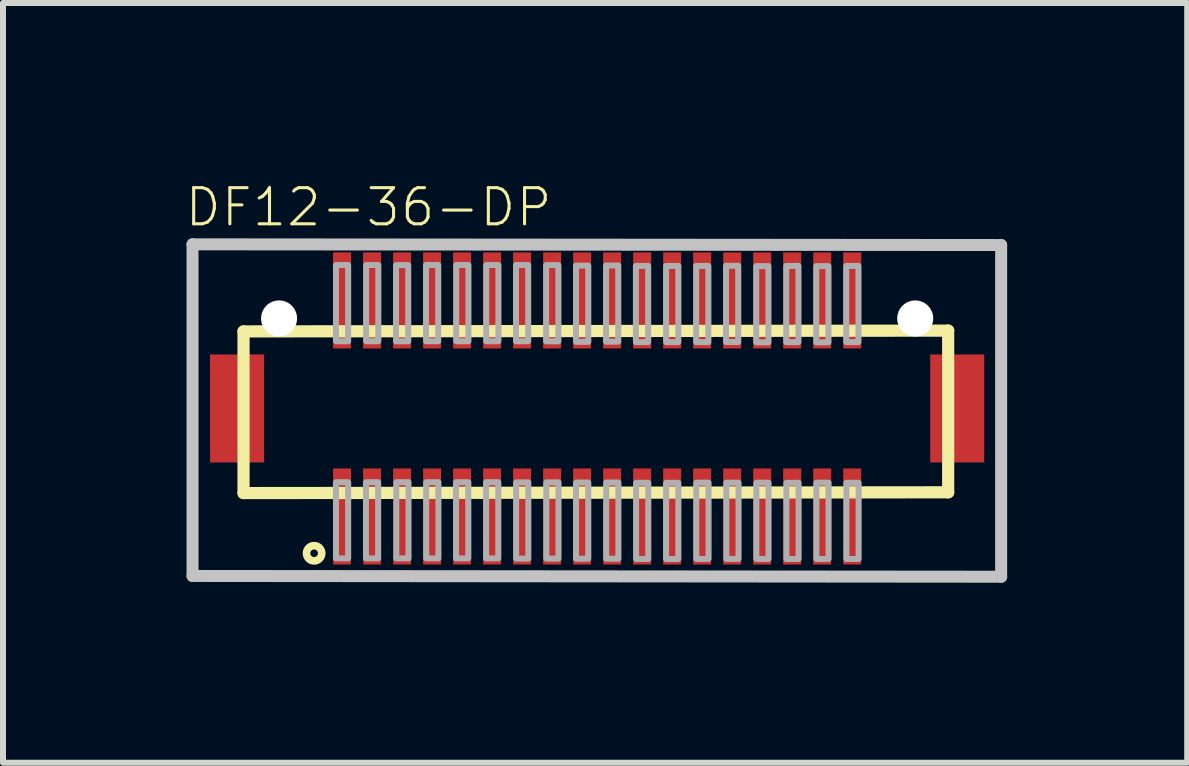
<source format=kicad_pcb>
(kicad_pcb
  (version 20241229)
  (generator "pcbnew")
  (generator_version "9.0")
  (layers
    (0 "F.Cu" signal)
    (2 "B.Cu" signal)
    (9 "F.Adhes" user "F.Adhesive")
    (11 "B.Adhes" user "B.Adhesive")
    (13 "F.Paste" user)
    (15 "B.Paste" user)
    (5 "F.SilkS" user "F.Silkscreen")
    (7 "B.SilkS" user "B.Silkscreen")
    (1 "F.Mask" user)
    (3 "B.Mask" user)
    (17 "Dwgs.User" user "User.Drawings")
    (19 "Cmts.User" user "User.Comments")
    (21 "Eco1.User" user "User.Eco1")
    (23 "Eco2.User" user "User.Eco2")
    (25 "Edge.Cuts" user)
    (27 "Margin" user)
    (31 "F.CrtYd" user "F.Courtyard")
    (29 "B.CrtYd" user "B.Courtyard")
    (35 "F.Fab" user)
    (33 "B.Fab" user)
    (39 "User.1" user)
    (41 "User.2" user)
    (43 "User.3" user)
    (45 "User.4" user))
  (footprint "DF12-36-DP"
    (layer "F.Cu")
    (at 6.9 3.756)
    (property "Reference" "DF12-36-DP" (at -6.9 -3 0) (layer "F.SilkS") (effects (font (size 0.603 0.603) (thickness 0.051)) (justify left bottom)))
    (attr through_hole)
    (fp_poly (pts (xy -6.063 -1.499) (xy -6.037 -1.301) (xy -5.961 -1.118) (xy -5.839 -0.96) (xy -5.682 -0.839) (xy -5.301 -0.737) (xy -5.103 -0.763) (xy -4.92 -0.839) (xy -4.762 -0.96) (xy -4.641 -1.118) (xy -4.565 -1.301) (xy -4.539 -1.499) (xy -4.565 -1.696) (xy -4.641 -1.88) (xy -4.762 -2.037) (xy -4.92 -2.159) (xy -5.103 -2.235) (xy -5.301 -2.261) (xy -5.498 -2.235) (xy -5.682 -2.159) (xy -5.839 -2.037) (xy -5.961 -1.88) (xy -6.037 -1.696)) (stroke (width 0) (type solid)) (fill yes) (layer "F.Mask"))
    (fp_poly (pts (xy 4.539 -1.499) (xy 4.565 -1.301) (xy 4.641 -1.118) (xy 4.762 -0.96) (xy 4.92 -0.839) (xy 5.301 -0.737) (xy 5.498 -0.763) (xy 5.682 -0.839) (xy 5.839 -0.96) (xy 5.961 -1.118) (xy 6.037 -1.301) (xy 6.063 -1.499) (xy 6.037 -1.696) (xy 5.961 -1.88) (xy 5.839 -2.037) (xy 5.682 -2.159) (xy 5.498 -2.235) (xy 5.301 -2.261) (xy 5.103 -2.235) (xy 4.92 -2.159) (xy 4.762 -2.037) (xy 4.641 -1.88) (xy 4.565 -1.696)) (stroke (width 0) (type solid)) (fill yes) (layer "F.Mask"))
    (fp_line (start -5.892 -1.284) (end 5.849 -1.297) (stroke (width 0.203) (type solid)) (layer "F.SilkS"))
    (fp_line (start -5.892 1.41) (end -5.892 -1.284) (stroke (width 0.203) (type solid)) (layer "F.SilkS"))
    (fp_line (start 5.849 -1.297) (end 5.849 1.397) (stroke (width 0.203) (type solid)) (layer "F.SilkS"))
    (fp_line (start 5.849 1.397) (end -5.892 1.41) (stroke (width 0.203) (type solid)) (layer "F.SilkS"))
    (fp_circle (center -4.716 2.413) (end -4.589 2.413) (stroke (width 0.127) (type solid)) (fill no) (layer "F.SilkS"))
    (fp_poly (pts (xy -4.362 -1.207) (xy -4.142 -1.207) (xy -4.142 -2.507) (xy -4.362 -2.507)) (stroke (width 0) (type solid)) (fill yes) (layer "F.Paste"))
    (fp_poly (pts (xy -4.362 2.503) (xy -4.142 2.503) (xy -4.142 1.203) (xy -4.362 1.203)) (stroke (width 0) (type solid)) (fill yes) (layer "F.Paste"))
    (fp_poly (pts (xy -3.862 -1.207) (xy -3.642 -1.207) (xy -3.642 -2.507) (xy -3.862 -2.507)) (stroke (width 0) (type solid)) (fill yes) (layer "F.Paste"))
    (fp_poly (pts (xy -3.862 2.503) (xy -3.642 2.503) (xy -3.642 1.203) (xy -3.862 1.203)) (stroke (width 0) (type solid)) (fill yes) (layer "F.Paste"))
    (fp_poly (pts (xy -3.362 -1.207) (xy -3.142 -1.207) (xy -3.142 -2.507) (xy -3.362 -2.507)) (stroke (width 0) (type solid)) (fill yes) (layer "F.Paste"))
    (fp_poly (pts (xy -3.362 2.503) (xy -3.142 2.503) (xy -3.142 1.203) (xy -3.362 1.203)) (stroke (width 0) (type solid)) (fill yes) (layer "F.Paste"))
    (fp_poly (pts (xy -2.862 -1.207) (xy -2.642 -1.207) (xy -2.642 -2.507) (xy -2.862 -2.507)) (stroke (width 0) (type solid)) (fill yes) (layer "F.Paste"))
    (fp_poly (pts (xy -2.862 2.503) (xy -2.642 2.503) (xy -2.642 1.203) (xy -2.862 1.203)) (stroke (width 0) (type solid)) (fill yes) (layer "F.Paste"))
    (fp_poly (pts (xy -2.362 -1.207) (xy -2.142 -1.207) (xy -2.142 -2.507) (xy -2.362 -2.507)) (stroke (width 0) (type solid)) (fill yes) (layer "F.Paste"))
    (fp_poly (pts (xy -2.362 2.503) (xy -2.142 2.503) (xy -2.142 1.203) (xy -2.362 1.203)) (stroke (width 0) (type solid)) (fill yes) (layer "F.Paste"))
    (fp_poly (pts (xy -1.862 -1.207) (xy -1.642 -1.207) (xy -1.642 -2.507) (xy -1.862 -2.507)) (stroke (width 0) (type solid)) (fill yes) (layer "F.Paste"))
    (fp_poly (pts (xy -1.862 2.503) (xy -1.642 2.503) (xy -1.642 1.203) (xy -1.862 1.203)) (stroke (width 0) (type solid)) (fill yes) (layer "F.Paste"))
    (fp_poly (pts (xy -1.362 -1.207) (xy -1.142 -1.207) (xy -1.142 -2.507) (xy -1.362 -2.507)) (stroke (width 0) (type solid)) (fill yes) (layer "F.Paste"))
    (fp_poly (pts (xy -1.362 2.503) (xy -1.142 2.503) (xy -1.142 1.203) (xy -1.362 1.203)) (stroke (width 0) (type solid)) (fill yes) (layer "F.Paste"))
    (fp_poly (pts (xy -0.862 -1.207) (xy -0.642 -1.207) (xy -0.642 -2.507) (xy -0.862 -2.507)) (stroke (width 0) (type solid)) (fill yes) (layer "F.Paste"))
    (fp_poly (pts (xy -0.862 2.503) (xy -0.642 2.503) (xy -0.642 1.203) (xy -0.862 1.203)) (stroke (width 0) (type solid)) (fill yes) (layer "F.Paste"))
    (fp_poly (pts (xy -0.362 -1.207) (xy -0.142 -1.207) (xy -0.142 -2.507) (xy -0.362 -2.507)) (stroke (width 0) (type solid)) (fill yes) (layer "F.Paste"))
    (fp_poly (pts (xy -0.362 2.503) (xy -0.142 2.503) (xy -0.142 1.203) (xy -0.362 1.203)) (stroke (width 0) (type solid)) (fill yes) (layer "F.Paste"))
    (fp_poly (pts (xy 0.138 -1.207) (xy 0.358 -1.207) (xy 0.358 -2.507) (xy 0.138 -2.507)) (stroke (width 0) (type solid)) (fill yes) (layer "F.Paste"))
    (fp_poly (pts (xy 0.148 2.503) (xy 0.368 2.503) (xy 0.368 1.203) (xy 0.148 1.203)) (stroke (width 0) (type solid)) (fill yes) (layer "F.Paste"))
    (fp_poly (pts (xy 0.638 -1.207) (xy 0.858 -1.207) (xy 0.858 -2.507) (xy 0.638 -2.507)) (stroke (width 0) (type solid)) (fill yes) (layer "F.Paste"))
    (fp_poly (pts (xy 0.638 2.503) (xy 0.858 2.503) (xy 0.858 1.203) (xy 0.638 1.203)) (stroke (width 0) (type solid)) (fill yes) (layer "F.Paste"))
    (fp_poly (pts (xy 1.138 -1.207) (xy 1.358 -1.207) (xy 1.358 -2.507) (xy 1.138 -2.507)) (stroke (width 0) (type solid)) (fill yes) (layer "F.Paste"))
    (fp_poly (pts (xy 1.138 2.503) (xy 1.358 2.503) (xy 1.358 1.203) (xy 1.138 1.203)) (stroke (width 0) (type solid)) (fill yes) (layer "F.Paste"))
    (fp_poly (pts (xy 1.638 -1.207) (xy 1.858 -1.207) (xy 1.858 -2.507) (xy 1.638 -2.507)) (stroke (width 0) (type solid)) (fill yes) (layer "F.Paste"))
    (fp_poly (pts (xy 1.638 2.503) (xy 1.858 2.503) (xy 1.858 1.203) (xy 1.638 1.203)) (stroke (width 0) (type solid)) (fill yes) (layer "F.Paste"))
    (fp_poly (pts (xy 2.138 -1.207) (xy 2.358 -1.207) (xy 2.358 -2.507) (xy 2.138 -2.507)) (stroke (width 0) (type solid)) (fill yes) (layer "F.Paste"))
    (fp_poly (pts (xy 2.138 2.503) (xy 2.358 2.503) (xy 2.358 1.203) (xy 2.138 1.203)) (stroke (width 0) (type solid)) (fill yes) (layer "F.Paste"))
    (fp_poly (pts (xy 2.638 2.503) (xy 2.858 2.503) (xy 2.858 1.203) (xy 2.638 1.203)) (stroke (width 0) (type solid)) (fill yes) (layer "F.Paste"))
    (fp_poly (pts (xy 2.648 -1.207) (xy 2.868 -1.207) (xy 2.868 -2.507) (xy 2.648 -2.507)) (stroke (width 0) (type solid)) (fill yes) (layer "F.Paste"))
    (fp_poly (pts (xy 3.138 -1.207) (xy 3.358 -1.207) (xy 3.358 -2.507) (xy 3.138 -2.507)) (stroke (width 0) (type solid)) (fill yes) (layer "F.Paste"))
    (fp_poly (pts (xy 3.138 2.503) (xy 3.358 2.503) (xy 3.358 1.203) (xy 3.138 1.203)) (stroke (width 0) (type solid)) (fill yes) (layer "F.Paste"))
    (fp_poly (pts (xy 3.638 2.503) (xy 3.858 2.503) (xy 3.858 1.203) (xy 3.638 1.203)) (stroke (width 0) (type solid)) (fill yes) (layer "F.Paste"))
    (fp_poly (pts (xy 3.648 -1.207) (xy 3.868 -1.207) (xy 3.868 -2.507) (xy 3.648 -2.507)) (stroke (width 0) (type solid)) (fill yes) (layer "F.Paste"))
    (fp_poly (pts (xy 4.138 -1.207) (xy 4.358 -1.207) (xy 4.358 -2.507) (xy 4.138 -2.507)) (stroke (width 0) (type solid)) (fill yes) (layer "F.Paste"))
    (fp_poly (pts (xy 4.138 2.503) (xy 4.358 2.503) (xy 4.358 1.203) (xy 4.138 1.203)) (stroke (width 0) (type solid)) (fill yes) (layer "F.Paste"))
    (fp_line (start -6.742 -2.735) (end 6.732 -2.723) (stroke (width 0.2) (type solid)) (layer "Dwgs.User"))
    (fp_line (start -6.742 2.791) (end -6.742 -2.735) (stroke (width 0.2) (type solid)) (layer "Dwgs.User"))
    (fp_line (start 6.732 -2.723) (end 6.732 2.804) (stroke (width 0.2) (type solid)) (layer "Dwgs.User"))
    (fp_line (start 6.732 2.804) (end -6.742 2.791) (stroke (width 0.2) (type solid)) (layer "Dwgs.User"))
    (fp_poly (pts (xy -4.149 -1.12) (xy -4.149 -2.39) (xy -4.352 -2.39) (xy -4.352 -1.12)) (stroke (width 0.1) (type solid)) (fill no) (layer "F.Fab"))
    (fp_poly (pts (xy -4.149 2.499) (xy -4.149 1.229) (xy -4.352 1.229) (xy -4.352 2.499)) (stroke (width 0.1) (type solid)) (fill no) (layer "F.Fab"))
    (fp_poly (pts (xy -3.649 2.499) (xy -3.649 1.229) (xy -3.852 1.229) (xy -3.852 2.499)) (stroke (width 0.1) (type solid)) (fill no) (layer "F.Fab"))
    (fp_poly (pts (xy -3.646 -1.12) (xy -3.646 -2.39) (xy -3.849 -2.39) (xy -3.849 -1.12)) (stroke (width 0.1) (type solid)) (fill no) (layer "F.Fab"))
    (fp_poly (pts (xy -3.148 -1.118) (xy -3.148 -2.388) (xy -3.351 -2.388) (xy -3.351 -1.118)) (stroke (width 0.1) (type solid)) (fill no) (layer "F.Fab"))
    (fp_poly (pts (xy -3.143 2.499) (xy -3.143 1.229) (xy -3.346 1.229) (xy -3.346 2.499)) (stroke (width 0.1) (type solid)) (fill no) (layer "F.Fab"))
    (fp_poly (pts (xy -2.648 -1.12) (xy -2.648 -2.39) (xy -2.851 -2.39) (xy -2.851 -1.12)) (stroke (width 0.1) (type solid)) (fill no) (layer "F.Fab"))
    (fp_poly (pts (xy -2.645 2.499) (xy -2.645 1.229) (xy -2.849 1.229) (xy -2.849 2.499)) (stroke (width 0.1) (type solid)) (fill no) (layer "F.Fab"))
    (fp_poly (pts (xy -2.147 2.499) (xy -2.147 1.229) (xy -2.351 1.229) (xy -2.351 2.499)) (stroke (width 0.1) (type solid)) (fill no) (layer "F.Fab"))
    (fp_poly (pts (xy -2.145 -1.12) (xy -2.145 -2.39) (xy -2.348 -2.39) (xy -2.348 -1.12)) (stroke (width 0.1) (type solid)) (fill no) (layer "F.Fab"))
    (fp_poly (pts (xy -1.647 2.499) (xy -1.647 1.229) (xy -1.85 1.229) (xy -1.85 2.499)) (stroke (width 0.1) (type solid)) (fill no) (layer "F.Fab"))
    (fp_poly (pts (xy -1.645 -1.12) (xy -1.645 -2.39) (xy -1.848 -2.39) (xy -1.848 -1.12)) (stroke (width 0.1) (type solid)) (fill no) (layer "F.Fab"))
    (fp_poly (pts (xy -1.149 -1.12) (xy -1.149 -2.39) (xy -1.352 -2.39) (xy -1.352 -1.12)) (stroke (width 0.1) (type solid)) (fill no) (layer "F.Fab"))
    (fp_poly (pts (xy -1.147 2.502) (xy -1.147 1.232) (xy -1.35 1.232) (xy -1.35 2.502)) (stroke (width 0.1) (type solid)) (fill no) (layer "F.Fab"))
    (fp_poly (pts (xy -0.646 -1.118) (xy -0.646 -2.388) (xy -0.85 -2.388) (xy -0.85 -1.118)) (stroke (width 0.1) (type solid)) (fill no) (layer "F.Fab"))
    (fp_poly (pts (xy -0.644 2.502) (xy -0.644 1.232) (xy -0.847 1.232) (xy -0.847 2.502)) (stroke (width 0.1) (type solid)) (fill no) (layer "F.Fab"))
    (fp_poly (pts (xy -0.148 -1.11) (xy -0.148 -2.38) (xy -0.352 -2.38) (xy -0.352 -1.11)) (stroke (width 0.1) (type solid)) (fill no) (layer "F.Fab"))
    (fp_poly (pts (xy -0.148 2.504) (xy -0.148 1.234) (xy -0.352 1.234) (xy -0.352 2.504)) (stroke (width 0.1) (type solid)) (fill no) (layer "F.Fab"))
    (fp_poly (pts (xy 0.352 -1.113) (xy 0.352 -2.382) (xy 0.149 -2.382) (xy 0.149 -1.113)) (stroke (width 0.1) (type solid)) (fill no) (layer "F.Fab"))
    (fp_poly (pts (xy 0.354 2.504) (xy 0.354 1.234) (xy 0.151 1.234) (xy 0.151 2.504)) (stroke (width 0.1) (type solid)) (fill no) (layer "F.Fab"))
    (fp_poly (pts (xy 0.85 -1.105) (xy 0.85 -2.375) (xy 0.646 -2.375) (xy 0.646 -1.105)) (stroke (width 0.1) (type solid)) (fill no) (layer "F.Fab"))
    (fp_poly (pts (xy 0.852 2.509) (xy 0.852 1.239) (xy 0.649 1.239) (xy 0.649 2.509)) (stroke (width 0.1) (type solid)) (fill no) (layer "F.Fab"))
    (fp_poly (pts (xy 1.353 -1.105) (xy 1.353 -2.375) (xy 1.149 -2.375) (xy 1.149 -1.105)) (stroke (width 0.1) (type solid)) (fill no) (layer "F.Fab"))
    (fp_poly (pts (xy 1.353 2.509) (xy 1.353 1.239) (xy 1.149 1.239) (xy 1.149 2.509)) (stroke (width 0.1) (type solid)) (fill no) (layer "F.Fab"))
    (fp_poly (pts (xy 1.853 -1.105) (xy 1.853 -2.375) (xy 1.65 -2.375) (xy 1.65 -1.105)) (stroke (width 0.1) (type solid)) (fill no) (layer "F.Fab"))
    (fp_poly (pts (xy 1.856 2.507) (xy 1.856 1.237) (xy 1.652 1.237) (xy 1.652 2.507)) (stroke (width 0.1) (type solid)) (fill no) (layer "F.Fab"))
    (fp_poly (pts (xy 2.351 -1.107) (xy 2.351 -2.377) (xy 2.148 -2.377) (xy 2.148 -1.107)) (stroke (width 0.1) (type solid)) (fill no) (layer "F.Fab"))
    (fp_poly (pts (xy 2.356 2.507) (xy 2.356 1.237) (xy 2.153 1.237) (xy 2.153 2.507)) (stroke (width 0.1) (type solid)) (fill no) (layer "F.Fab"))
    (fp_poly (pts (xy 2.854 -1.102) (xy 2.854 -2.372) (xy 2.651 -2.372) (xy 2.651 -1.102)) (stroke (width 0.1) (type solid)) (fill no) (layer "F.Fab"))
    (fp_poly (pts (xy 2.856 2.507) (xy 2.856 1.237) (xy 2.653 1.237) (xy 2.653 2.507)) (stroke (width 0.1) (type solid)) (fill no) (layer "F.Fab"))
    (fp_poly (pts (xy 3.354 -1.105) (xy 3.354 -2.375) (xy 3.151 -2.375) (xy 3.151 -1.105)) (stroke (width 0.1) (type solid)) (fill no) (layer "F.Fab"))
    (fp_poly (pts (xy 3.357 2.509) (xy 3.357 1.239) (xy 3.154 1.239) (xy 3.154 2.509)) (stroke (width 0.1) (type solid)) (fill no) (layer "F.Fab"))
    (fp_poly (pts (xy 3.854 -1.102) (xy 3.854 -2.372) (xy 3.651 -2.372) (xy 3.651 -1.102)) (stroke (width 0.1) (type solid)) (fill no) (layer "F.Fab"))
    (fp_poly (pts (xy 3.856 2.507) (xy 3.856 1.237) (xy 3.653 1.237) (xy 3.653 2.507)) (stroke (width 0.1) (type solid)) (fill no) (layer "F.Fab"))
    (fp_poly (pts (xy 4.354 -1.105) (xy 4.354 -2.375) (xy 4.151 -2.375) (xy 4.151 -1.105)) (stroke (width 0.1) (type solid)) (fill no) (layer "F.Fab"))
    (fp_poly (pts (xy 4.357 2.509) (xy 4.357 1.239) (xy 4.154 1.239) (xy 4.154 2.509)) (stroke (width 0.1) (type solid)) (fill no) (layer "F.Fab"))
    (pad "" np_thru_hole circle (at -5.3 -1.5) (size 0.6 0.6) (drill 0.6) (layers "*.Cu" "*.Mask"))
    (pad "" np_thru_hole circle (at 5.3 -1.5) (size 0.6 0.6) (drill 0.6) (layers "*.Cu" "*.Mask"))
    (pad "1" smd rect (at -4.25 1.8) (size 0.3 1.6) (layers "F.Cu" "F.Mask"))
    (pad "2" smd rect (at -4.25 -1.8) (size 0.3 1.6) (layers "F.Cu" "F.Mask"))
    (pad "3" smd rect (at -3.75 1.8) (size 0.3 1.6) (layers "F.Cu" "F.Mask"))
    (pad "4" smd rect (at -3.75 -1.8) (size 0.3 1.6) (layers "F.Cu" "F.Mask"))
    (pad "5" smd rect (at -3.25 1.8) (size 0.3 1.6) (layers "F.Cu" "F.Mask"))
    (pad "6" smd rect (at -3.25 -1.8) (size 0.3 1.6) (layers "F.Cu" "F.Mask"))
    (pad "7" smd rect (at -2.75 1.8) (size 0.3 1.6) (layers "F.Cu" "F.Mask"))
    (pad "8" smd rect (at -2.75 -1.8) (size 0.3 1.6) (layers "F.Cu" "F.Mask"))
    (pad "9" smd rect (at -2.25 1.8) (size 0.3 1.6) (layers "F.Cu" "F.Mask"))
    (pad "10" smd rect (at -2.25 -1.8) (size 0.3 1.6) (layers "F.Cu" "F.Mask"))
    (pad "11" smd rect (at -1.75 1.8) (size 0.3 1.6) (layers "F.Cu" "F.Mask"))
    (pad "12" smd rect (at -1.75 -1.8) (size 0.3 1.6) (layers "F.Cu" "F.Mask"))
    (pad "13" smd rect (at -1.25 1.8) (size 0.3 1.6) (layers "F.Cu" "F.Mask"))
    (pad "14" smd rect (at -1.25 -1.8) (size 0.3 1.6) (layers "F.Cu" "F.Mask"))
    (pad "15" smd rect (at -0.75 1.8) (size 0.3 1.6) (layers "F.Cu" "F.Mask"))
    (pad "16" smd rect (at -0.75 -1.8) (size 0.3 1.6) (layers "F.Cu" "F.Mask"))
    (pad "17" smd rect (at -0.25 1.8) (size 0.3 1.6) (layers "F.Cu" "F.Mask"))
    (pad "18" smd rect (at -0.25 -1.8) (size 0.3 1.6) (layers "F.Cu" "F.Mask"))
    (pad "19" smd rect (at 0.25 1.8) (size 0.3 1.6) (layers "F.Cu" "F.Mask"))
    (pad "20" smd rect (at 0.25 -1.8) (size 0.3 1.6) (layers "F.Cu" "F.Mask"))
    (pad "21" smd rect (at 0.75 1.8) (size 0.3 1.6) (layers "F.Cu" "F.Mask"))
    (pad "22" smd rect (at 0.75 -1.8) (size 0.3 1.6) (layers "F.Cu" "F.Mask"))
    (pad "23" smd rect (at 1.25 1.8) (size 0.3 1.6) (layers "F.Cu" "F.Mask"))
    (pad "24" smd rect (at 1.25 -1.8) (size 0.3 1.6) (layers "F.Cu" "F.Mask"))
    (pad "25" smd rect (at 1.75 1.8) (size 0.3 1.6) (layers "F.Cu" "F.Mask"))
    (pad "26" smd rect (at 1.75 -1.8) (size 0.3 1.6) (layers "F.Cu" "F.Mask"))
    (pad "27" smd rect (at 2.25 1.8) (size 0.3 1.6) (layers "F.Cu" "F.Mask"))
    (pad "28" smd rect (at 2.25 -1.8) (size 0.3 1.6) (layers "F.Cu" "F.Mask"))
    (pad "29" smd rect (at 2.75 1.8) (size 0.3 1.6) (layers "F.Cu" "F.Mask"))
    (pad "30" smd rect (at 2.75 -1.8) (size 0.3 1.6) (layers "F.Cu" "F.Mask"))
    (pad "31" smd rect (at 3.25 1.8) (size 0.3 1.6) (layers "F.Cu" "F.Mask"))
    (pad "32" smd rect (at 3.25 -1.8) (size 0.3 1.6) (layers "F.Cu" "F.Mask"))
    (pad "33" smd rect (at 3.75 1.8) (size 0.3 1.6) (layers "F.Cu" "F.Mask"))
    (pad "34" smd rect (at 3.75 -1.8) (size 0.3 1.6) (layers "F.Cu" "F.Mask"))
    (pad "35" smd rect (at 4.25 1.8) (size 0.3 1.6) (layers "F.Cu" "F.Mask"))
    (pad "36" smd rect (at 4.25 -1.8) (size 0.3 1.6) (layers "F.Cu" "F.Mask"))
    (pad "F1" smd rect (at -6 0) (size 0.9 1.8) (layers "F.Cu" "F.Mask" "F.Paste"))
    (pad "F2" smd rect (at 6 0) (size 0.9 1.8) (layers "F.Cu" "F.Mask" "F.Paste")))
  (gr_rect
    (start -3 -3)
    (end 16.732 9.659)
    (stroke (width 0.1) (type default))
    (fill no)
    (layer "Edge.Cuts")))
</source>
